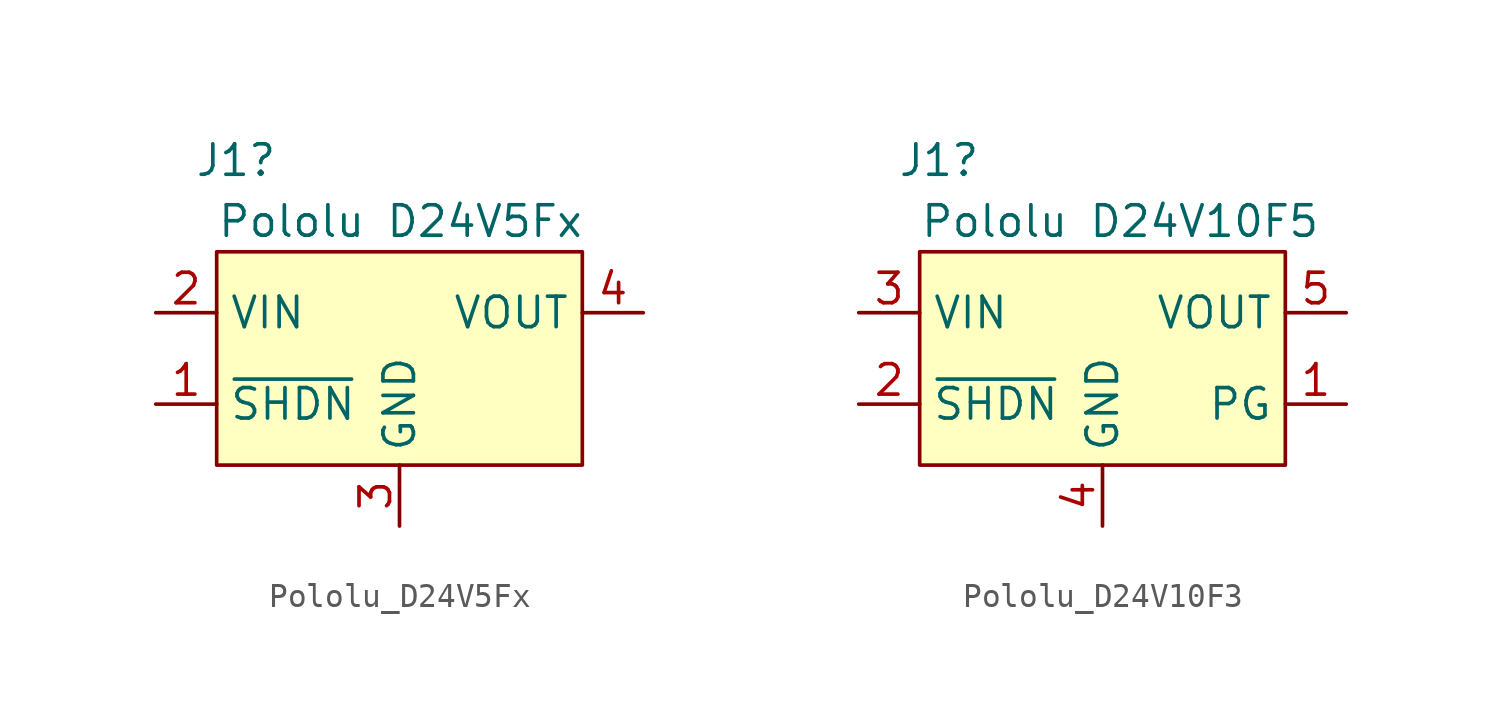
<source format=kicad_sym>
(kicad_symbol_lib
  (version 20231120)
  (generator "kicad_symbol_editor")
  (generator_version "8.0")
  (symbol "Pololu_D24V5Fx"
    (property "Reference" "J1"
      (at -5.08 6.35 0)
      (effects (font (size 1.27 1.27)) (justify right)))
    (property "Value" "Pololu D24V5Fx"
      (at -7.62 3.81 0)
      (effects (font (size 1.27 1.27)) (justify left)))
    (symbol "Pololu_D24V5Fx_1_1"
      (rectangle (start -7.62 2.54) (end 7.62 -6.35) (stroke (width 0) (type default)) (fill (type background)))
      (pin input line (at -10.16 -3.81 0) (length 2.54) (name "~{SHDN}" (effects (font (size 1.27 1.27)))) (number "1" (effects (font (size 1.27 1.27)))))
      (pin power_in line (at -10.16 0 0) (length 2.54) (name "VIN" (effects (font (size 1.27 1.27)))) (number "2" (effects (font (size 1.27 1.27)))))
      (pin power_in line (at 0 -8.89 90) (length 2.54) (name "GND" (effects (font (size 1.27 1.27)))) (number "3" (effects (font (size 1.27 1.27)))))
      (pin power_out line (at 10.16 0 180) (length 2.54) (name "VOUT" (effects (font (size 1.27 1.27)))) (number "4" (effects (font (size 1.27 1.27)))))))
  (symbol "Pololu_D24V10F3"
    (property "Reference" "J1"
      (at -5.08 6.35 0)
      (effects (font (size 1.27 1.27)) (justify right)))
    (property "Value" "Pololu D24V10F5"
      (at -7.62 3.81 0)
      (effects (font (size 1.27 1.27)) (justify left)))
    (symbol "Pololu_D24V10F3_1_1"
      (rectangle (start -7.62 2.54) (end 7.62 -6.35) (stroke (width 0) (type default)) (fill (type background)))
      (pin open_collector line (at 10.16 -3.81 180) (length 2.54) (name "PG" (effects (font (size 1.27 1.27)))) (number "1" (effects (font (size 1.27 1.27)))))
      (pin input line (at -10.16 -3.81 0) (length 2.54) (name "~{SHDN}" (effects (font (size 1.27 1.27)))) (number "2" (effects (font (size 1.27 1.27)))))
      (pin power_in line (at -10.16 0 0) (length 2.54) (name "VIN" (effects (font (size 1.27 1.27)))) (number "3" (effects (font (size 1.27 1.27)))))
      (pin power_in line (at 0 -8.89 90) (length 2.54) (name "GND" (effects (font (size 1.27 1.27)))) (number "4" (effects (font (size 1.27 1.27)))))
      (pin power_out line (at 10.16 0 180) (length 2.54) (name "VOUT" (effects (font (size 1.27 1.27)))) (number "5" (effects (font (size 1.27 1.27))))))))
</source>
